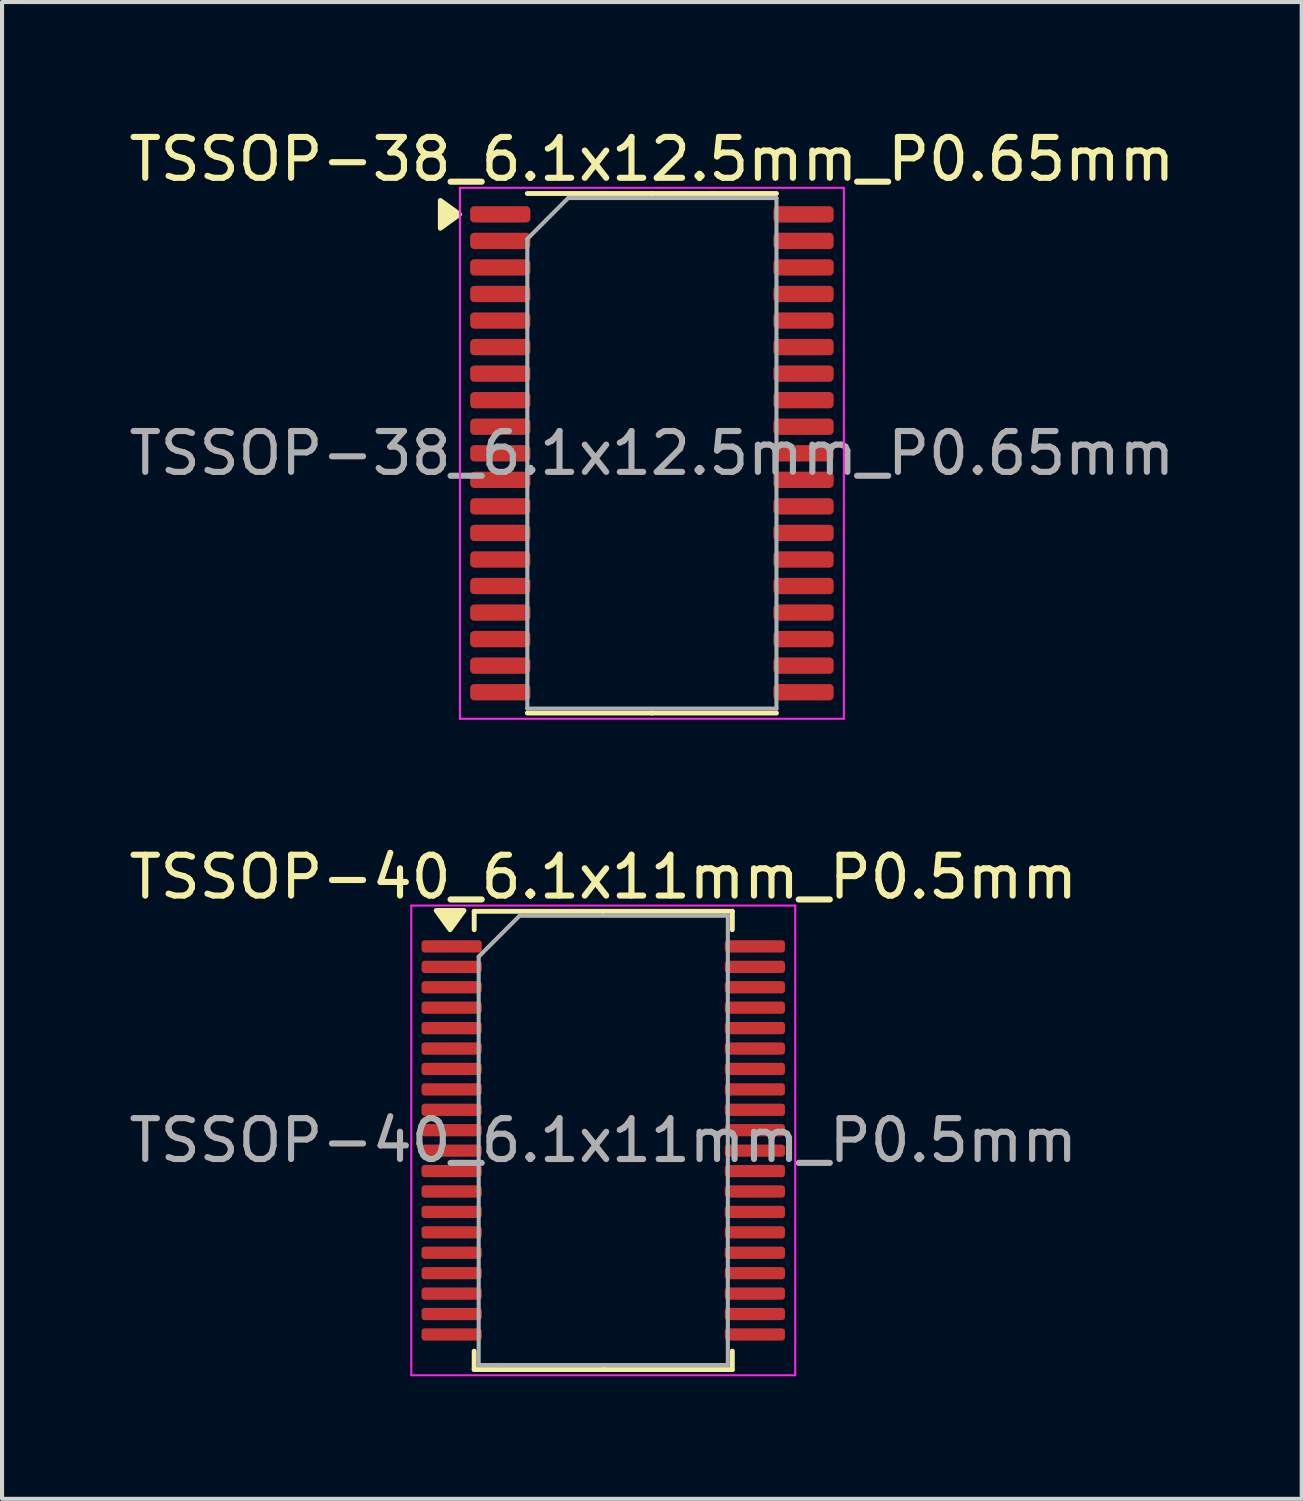
<source format=kicad_pcb>
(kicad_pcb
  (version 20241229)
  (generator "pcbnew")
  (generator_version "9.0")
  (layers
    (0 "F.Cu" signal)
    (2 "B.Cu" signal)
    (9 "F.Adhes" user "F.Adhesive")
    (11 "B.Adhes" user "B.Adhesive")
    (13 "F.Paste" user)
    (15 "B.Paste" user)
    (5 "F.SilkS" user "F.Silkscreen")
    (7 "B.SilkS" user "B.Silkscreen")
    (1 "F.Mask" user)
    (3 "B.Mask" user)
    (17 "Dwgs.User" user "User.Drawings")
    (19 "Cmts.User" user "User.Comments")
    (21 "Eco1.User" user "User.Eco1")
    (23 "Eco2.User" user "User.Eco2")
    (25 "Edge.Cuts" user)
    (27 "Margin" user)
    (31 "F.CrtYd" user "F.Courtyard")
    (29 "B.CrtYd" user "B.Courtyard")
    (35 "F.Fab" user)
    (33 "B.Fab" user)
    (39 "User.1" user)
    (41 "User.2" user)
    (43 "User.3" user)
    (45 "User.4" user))
  (footprint "TSSOP-40_6.1x11mm_P0.5mm"
    (layer "F.Cu")
    (at 11.72 24.872)
    (property "Reference" "TSSOP-40_6.1x11mm_P0.5mm" (at 0 -6.45 0) (layer "F.SilkS") (effects (font (size 1 1) (thickness 0.15))))
    (attr smd)
    (fp_line (start -3.16 -5.61) (end -3.16 -5.16) (stroke (width 0.12) (type solid)) (layer "F.SilkS"))
    (fp_line (start -3.16 5.61) (end -3.16 5.16) (stroke (width 0.12) (type solid)) (layer "F.SilkS"))
    (fp_line (start 0 -5.61) (end -3.16 -5.61) (stroke (width 0.12) (type solid)) (layer "F.SilkS"))
    (fp_line (start 0 -5.61) (end 3.16 -5.61) (stroke (width 0.12) (type solid)) (layer "F.SilkS"))
    (fp_line (start 0 5.61) (end -3.16 5.61) (stroke (width 0.12) (type solid)) (layer "F.SilkS"))
    (fp_line (start 0 5.61) (end 3.16 5.61) (stroke (width 0.12) (type solid)) (layer "F.SilkS"))
    (fp_line (start 3.16 -5.61) (end 3.16 -5.16) (stroke (width 0.12) (type solid)) (layer "F.SilkS"))
    (fp_line (start 3.16 5.61) (end 3.16 5.16) (stroke (width 0.12) (type solid)) (layer "F.SilkS"))
    (fp_poly (pts (xy -3.75 -5.16) (xy -4.09 -5.63) (xy -3.41 -5.63) (xy -3.75 -5.16)) (stroke (width 0.12) (type solid)) (fill yes) (layer "F.SilkS"))
    (fp_line (start -4.7 -5.75) (end -4.7 5.75) (stroke (width 0.05) (type solid)) (layer "F.CrtYd"))
    (fp_line (start -4.7 5.75) (end 4.7 5.75) (stroke (width 0.05) (type solid)) (layer "F.CrtYd"))
    (fp_line (start 4.7 -5.75) (end -4.7 -5.75) (stroke (width 0.05) (type solid)) (layer "F.CrtYd"))
    (fp_line (start 4.7 5.75) (end 4.7 -5.75) (stroke (width 0.05) (type solid)) (layer "F.CrtYd"))
    (fp_line (start -3.05 -4.5) (end -2.05 -5.5) (stroke (width 0.1) (type solid)) (layer "F.Fab"))
    (fp_line (start -3.05 5.5) (end -3.05 -4.5) (stroke (width 0.1) (type solid)) (layer "F.Fab"))
    (fp_line (start -2.05 -5.5) (end 3.05 -5.5) (stroke (width 0.1) (type solid)) (layer "F.Fab"))
    (fp_line (start 3.05 -5.5) (end 3.05 5.5) (stroke (width 0.1) (type solid)) (layer "F.Fab"))
    (fp_line (start 3.05 5.5) (end -3.05 5.5) (stroke (width 0.1) (type solid)) (layer "F.Fab"))
    (fp_text user "${REFERENCE}" (at 0 0 0) (layer "F.Fab") (effects (font (size 1 1) (thickness 0.15))))
    (pad "1" smd roundrect (at -3.712 -4.75) (size 1.475 0.3) (layers "F.Cu" "F.Mask" "F.Paste") (roundrect_rratio 0.25))
    (pad "2" smd roundrect (at -3.712 -4.25) (size 1.475 0.3) (layers "F.Cu" "F.Mask" "F.Paste") (roundrect_rratio 0.25))
    (pad "3" smd roundrect (at -3.712 -3.75) (size 1.475 0.3) (layers "F.Cu" "F.Mask" "F.Paste") (roundrect_rratio 0.25))
    (pad "4" smd roundrect (at -3.712 -3.25) (size 1.475 0.3) (layers "F.Cu" "F.Mask" "F.Paste") (roundrect_rratio 0.25))
    (pad "5" smd roundrect (at -3.712 -2.75) (size 1.475 0.3) (layers "F.Cu" "F.Mask" "F.Paste") (roundrect_rratio 0.25))
    (pad "6" smd roundrect (at -3.712 -2.25) (size 1.475 0.3) (layers "F.Cu" "F.Mask" "F.Paste") (roundrect_rratio 0.25))
    (pad "7" smd roundrect (at -3.712 -1.75) (size 1.475 0.3) (layers "F.Cu" "F.Mask" "F.Paste") (roundrect_rratio 0.25))
    (pad "8" smd roundrect (at -3.712 -1.25) (size 1.475 0.3) (layers "F.Cu" "F.Mask" "F.Paste") (roundrect_rratio 0.25))
    (pad "9" smd roundrect (at -3.712 -0.75) (size 1.475 0.3) (layers "F.Cu" "F.Mask" "F.Paste") (roundrect_rratio 0.25))
    (pad "10" smd roundrect (at -3.712 -0.25) (size 1.475 0.3) (layers "F.Cu" "F.Mask" "F.Paste") (roundrect_rratio 0.25))
    (pad "11" smd roundrect (at -3.712 0.25) (size 1.475 0.3) (layers "F.Cu" "F.Mask" "F.Paste") (roundrect_rratio 0.25))
    (pad "12" smd roundrect (at -3.712 0.75) (size 1.475 0.3) (layers "F.Cu" "F.Mask" "F.Paste") (roundrect_rratio 0.25))
    (pad "13" smd roundrect (at -3.712 1.25) (size 1.475 0.3) (layers "F.Cu" "F.Mask" "F.Paste") (roundrect_rratio 0.25))
    (pad "14" smd roundrect (at -3.712 1.75) (size 1.475 0.3) (layers "F.Cu" "F.Mask" "F.Paste") (roundrect_rratio 0.25))
    (pad "15" smd roundrect (at -3.712 2.25) (size 1.475 0.3) (layers "F.Cu" "F.Mask" "F.Paste") (roundrect_rratio 0.25))
    (pad "16" smd roundrect (at -3.712 2.75) (size 1.475 0.3) (layers "F.Cu" "F.Mask" "F.Paste") (roundrect_rratio 0.25))
    (pad "17" smd roundrect (at -3.712 3.25) (size 1.475 0.3) (layers "F.Cu" "F.Mask" "F.Paste") (roundrect_rratio 0.25))
    (pad "18" smd roundrect (at -3.712 3.75) (size 1.475 0.3) (layers "F.Cu" "F.Mask" "F.Paste") (roundrect_rratio 0.25))
    (pad "19" smd roundrect (at -3.712 4.25) (size 1.475 0.3) (layers "F.Cu" "F.Mask" "F.Paste") (roundrect_rratio 0.25))
    (pad "20" smd roundrect (at -3.712 4.75) (size 1.475 0.3) (layers "F.Cu" "F.Mask" "F.Paste") (roundrect_rratio 0.25))
    (pad "21" smd roundrect (at 3.712 4.75) (size 1.475 0.3) (layers "F.Cu" "F.Mask" "F.Paste") (roundrect_rratio 0.25))
    (pad "22" smd roundrect (at 3.712 4.25) (size 1.475 0.3) (layers "F.Cu" "F.Mask" "F.Paste") (roundrect_rratio 0.25))
    (pad "23" smd roundrect (at 3.712 3.75) (size 1.475 0.3) (layers "F.Cu" "F.Mask" "F.Paste") (roundrect_rratio 0.25))
    (pad "24" smd roundrect (at 3.712 3.25) (size 1.475 0.3) (layers "F.Cu" "F.Mask" "F.Paste") (roundrect_rratio 0.25))
    (pad "25" smd roundrect (at 3.712 2.75) (size 1.475 0.3) (layers "F.Cu" "F.Mask" "F.Paste") (roundrect_rratio 0.25))
    (pad "26" smd roundrect (at 3.712 2.25) (size 1.475 0.3) (layers "F.Cu" "F.Mask" "F.Paste") (roundrect_rratio 0.25))
    (pad "27" smd roundrect (at 3.712 1.75) (size 1.475 0.3) (layers "F.Cu" "F.Mask" "F.Paste") (roundrect_rratio 0.25))
    (pad "28" smd roundrect (at 3.712 1.25) (size 1.475 0.3) (layers "F.Cu" "F.Mask" "F.Paste") (roundrect_rratio 0.25))
    (pad "29" smd roundrect (at 3.712 0.75) (size 1.475 0.3) (layers "F.Cu" "F.Mask" "F.Paste") (roundrect_rratio 0.25))
    (pad "30" smd roundrect (at 3.712 0.25) (size 1.475 0.3) (layers "F.Cu" "F.Mask" "F.Paste") (roundrect_rratio 0.25))
    (pad "31" smd roundrect (at 3.712 -0.25) (size 1.475 0.3) (layers "F.Cu" "F.Mask" "F.Paste") (roundrect_rratio 0.25))
    (pad "32" smd roundrect (at 3.712 -0.75) (size 1.475 0.3) (layers "F.Cu" "F.Mask" "F.Paste") (roundrect_rratio 0.25))
    (pad "33" smd roundrect (at 3.712 -1.25) (size 1.475 0.3) (layers "F.Cu" "F.Mask" "F.Paste") (roundrect_rratio 0.25))
    (pad "34" smd roundrect (at 3.712 -1.75) (size 1.475 0.3) (layers "F.Cu" "F.Mask" "F.Paste") (roundrect_rratio 0.25))
    (pad "35" smd roundrect (at 3.712 -2.25) (size 1.475 0.3) (layers "F.Cu" "F.Mask" "F.Paste") (roundrect_rratio 0.25))
    (pad "36" smd roundrect (at 3.712 -2.75) (size 1.475 0.3) (layers "F.Cu" "F.Mask" "F.Paste") (roundrect_rratio 0.25))
    (pad "37" smd roundrect (at 3.712 -3.25) (size 1.475 0.3) (layers "F.Cu" "F.Mask" "F.Paste") (roundrect_rratio 0.25))
    (pad "38" smd roundrect (at 3.712 -3.75) (size 1.475 0.3) (layers "F.Cu" "F.Mask" "F.Paste") (roundrect_rratio 0.25))
    (pad "39" smd roundrect (at 3.712 -4.25) (size 1.475 0.3) (layers "F.Cu" "F.Mask" "F.Paste") (roundrect_rratio 0.25))
    (pad "40" smd roundrect (at 3.712 -4.75) (size 1.475 0.3) (layers "F.Cu" "F.Mask" "F.Paste") (roundrect_rratio 0.25)))
  (footprint "TSSOP-38_6.1x12.5mm_P0.65mm"
    (layer "F.Cu")
    (at 12.911 8.048)
    (property "Reference" "TSSOP-38_6.1x12.5mm_P0.65mm" (at 0 -7.2 0) (layer "F.SilkS") (effects (font (size 1 1) (thickness 0.15))))
    (attr smd)
    (fp_line (start 0 -6.36) (end -3.05 -6.36) (stroke (width 0.12) (type solid)) (layer "F.SilkS"))
    (fp_line (start 0 -6.36) (end 3.05 -6.36) (stroke (width 0.12) (type solid)) (layer "F.SilkS"))
    (fp_line (start 0 6.36) (end -3.05 6.36) (stroke (width 0.12) (type solid)) (layer "F.SilkS"))
    (fp_line (start 0 6.36) (end 3.05 6.36) (stroke (width 0.12) (type solid)) (layer "F.SilkS"))
    (fp_poly (pts (xy -4.71 -5.85) (xy -5.18 -6.19) (xy -5.18 -5.51) (xy -4.71 -5.85)) (stroke (width 0.12) (type solid)) (fill yes) (layer "F.SilkS"))
    (fp_line (start -4.7 -6.5) (end -4.7 6.5) (stroke (width 0.05) (type solid)) (layer "F.CrtYd"))
    (fp_line (start -4.7 6.5) (end 4.7 6.5) (stroke (width 0.05) (type solid)) (layer "F.CrtYd"))
    (fp_line (start 4.7 -6.5) (end -4.7 -6.5) (stroke (width 0.05) (type solid)) (layer "F.CrtYd"))
    (fp_line (start 4.7 6.5) (end 4.7 -6.5) (stroke (width 0.05) (type solid)) (layer "F.CrtYd"))
    (fp_line (start -3.05 -5.25) (end -2.05 -6.25) (stroke (width 0.1) (type solid)) (layer "F.Fab"))
    (fp_line (start -3.05 6.25) (end -3.05 -5.25) (stroke (width 0.1) (type solid)) (layer "F.Fab"))
    (fp_line (start -2.05 -6.25) (end 3.05 -6.25) (stroke (width 0.1) (type solid)) (layer "F.Fab"))
    (fp_line (start 3.05 -6.25) (end 3.05 6.25) (stroke (width 0.1) (type solid)) (layer "F.Fab"))
    (fp_line (start 3.05 6.25) (end -3.05 6.25) (stroke (width 0.1) (type solid)) (layer "F.Fab"))
    (fp_text user "${REFERENCE}" (at 0 0 0) (layer "F.Fab") (effects (font (size 1 1) (thickness 0.15))))
    (pad "1" smd roundrect (at -3.712 -5.85) (size 1.475 0.4) (layers "F.Cu" "F.Mask" "F.Paste") (roundrect_rratio 0.25))
    (pad "2" smd roundrect (at -3.712 -5.2) (size 1.475 0.4) (layers "F.Cu" "F.Mask" "F.Paste") (roundrect_rratio 0.25))
    (pad "3" smd roundrect (at -3.712 -4.55) (size 1.475 0.4) (layers "F.Cu" "F.Mask" "F.Paste") (roundrect_rratio 0.25))
    (pad "4" smd roundrect (at -3.712 -3.9) (size 1.475 0.4) (layers "F.Cu" "F.Mask" "F.Paste") (roundrect_rratio 0.25))
    (pad "5" smd roundrect (at -3.712 -3.25) (size 1.475 0.4) (layers "F.Cu" "F.Mask" "F.Paste") (roundrect_rratio 0.25))
    (pad "6" smd roundrect (at -3.712 -2.6) (size 1.475 0.4) (layers "F.Cu" "F.Mask" "F.Paste") (roundrect_rratio 0.25))
    (pad "7" smd roundrect (at -3.712 -1.95) (size 1.475 0.4) (layers "F.Cu" "F.Mask" "F.Paste") (roundrect_rratio 0.25))
    (pad "8" smd roundrect (at -3.712 -1.3) (size 1.475 0.4) (layers "F.Cu" "F.Mask" "F.Paste") (roundrect_rratio 0.25))
    (pad "9" smd roundrect (at -3.712 -0.65) (size 1.475 0.4) (layers "F.Cu" "F.Mask" "F.Paste") (roundrect_rratio 0.25))
    (pad "10" smd roundrect (at -3.712 0) (size 1.475 0.4) (layers "F.Cu" "F.Mask" "F.Paste") (roundrect_rratio 0.25))
    (pad "11" smd roundrect (at -3.712 0.65) (size 1.475 0.4) (layers "F.Cu" "F.Mask" "F.Paste") (roundrect_rratio 0.25))
    (pad "12" smd roundrect (at -3.712 1.3) (size 1.475 0.4) (layers "F.Cu" "F.Mask" "F.Paste") (roundrect_rratio 0.25))
    (pad "13" smd roundrect (at -3.712 1.95) (size 1.475 0.4) (layers "F.Cu" "F.Mask" "F.Paste") (roundrect_rratio 0.25))
    (pad "14" smd roundrect (at -3.712 2.6) (size 1.475 0.4) (layers "F.Cu" "F.Mask" "F.Paste") (roundrect_rratio 0.25))
    (pad "15" smd roundrect (at -3.712 3.25) (size 1.475 0.4) (layers "F.Cu" "F.Mask" "F.Paste") (roundrect_rratio 0.25))
    (pad "16" smd roundrect (at -3.712 3.9) (size 1.475 0.4) (layers "F.Cu" "F.Mask" "F.Paste") (roundrect_rratio 0.25))
    (pad "17" smd roundrect (at -3.712 4.55) (size 1.475 0.4) (layers "F.Cu" "F.Mask" "F.Paste") (roundrect_rratio 0.25))
    (pad "18" smd roundrect (at -3.712 5.2) (size 1.475 0.4) (layers "F.Cu" "F.Mask" "F.Paste") (roundrect_rratio 0.25))
    (pad "19" smd roundrect (at -3.712 5.85) (size 1.475 0.4) (layers "F.Cu" "F.Mask" "F.Paste") (roundrect_rratio 0.25))
    (pad "20" smd roundrect (at 3.712 5.85) (size 1.475 0.4) (layers "F.Cu" "F.Mask" "F.Paste") (roundrect_rratio 0.25))
    (pad "21" smd roundrect (at 3.712 5.2) (size 1.475 0.4) (layers "F.Cu" "F.Mask" "F.Paste") (roundrect_rratio 0.25))
    (pad "22" smd roundrect (at 3.712 4.55) (size 1.475 0.4) (layers "F.Cu" "F.Mask" "F.Paste") (roundrect_rratio 0.25))
    (pad "23" smd roundrect (at 3.712 3.9) (size 1.475 0.4) (layers "F.Cu" "F.Mask" "F.Paste") (roundrect_rratio 0.25))
    (pad "24" smd roundrect (at 3.712 3.25) (size 1.475 0.4) (layers "F.Cu" "F.Mask" "F.Paste") (roundrect_rratio 0.25))
    (pad "25" smd roundrect (at 3.712 2.6) (size 1.475 0.4) (layers "F.Cu" "F.Mask" "F.Paste") (roundrect_rratio 0.25))
    (pad "26" smd roundrect (at 3.712 1.95) (size 1.475 0.4) (layers "F.Cu" "F.Mask" "F.Paste") (roundrect_rratio 0.25))
    (pad "27" smd roundrect (at 3.712 1.3) (size 1.475 0.4) (layers "F.Cu" "F.Mask" "F.Paste") (roundrect_rratio 0.25))
    (pad "28" smd roundrect (at 3.712 0.65) (size 1.475 0.4) (layers "F.Cu" "F.Mask" "F.Paste") (roundrect_rratio 0.25))
    (pad "29" smd roundrect (at 3.712 0) (size 1.475 0.4) (layers "F.Cu" "F.Mask" "F.Paste") (roundrect_rratio 0.25))
    (pad "30" smd roundrect (at 3.712 -0.65) (size 1.475 0.4) (layers "F.Cu" "F.Mask" "F.Paste") (roundrect_rratio 0.25))
    (pad "31" smd roundrect (at 3.712 -1.3) (size 1.475 0.4) (layers "F.Cu" "F.Mask" "F.Paste") (roundrect_rratio 0.25))
    (pad "32" smd roundrect (at 3.712 -1.95) (size 1.475 0.4) (layers "F.Cu" "F.Mask" "F.Paste") (roundrect_rratio 0.25))
    (pad "33" smd roundrect (at 3.712 -2.6) (size 1.475 0.4) (layers "F.Cu" "F.Mask" "F.Paste") (roundrect_rratio 0.25))
    (pad "34" smd roundrect (at 3.712 -3.25) (size 1.475 0.4) (layers "F.Cu" "F.Mask" "F.Paste") (roundrect_rratio 0.25))
    (pad "35" smd roundrect (at 3.712 -3.9) (size 1.475 0.4) (layers "F.Cu" "F.Mask" "F.Paste") (roundrect_rratio 0.25))
    (pad "36" smd roundrect (at 3.712 -4.55) (size 1.475 0.4) (layers "F.Cu" "F.Mask" "F.Paste") (roundrect_rratio 0.25))
    (pad "37" smd roundrect (at 3.712 -5.2) (size 1.475 0.4) (layers "F.Cu" "F.Mask" "F.Paste") (roundrect_rratio 0.25))
    (pad "38" smd roundrect (at 3.712 -5.85) (size 1.475 0.4) (layers "F.Cu" "F.Mask" "F.Paste") (roundrect_rratio 0.25)))
  (gr_rect
    (start -3 -3)
    (end 28.821 33.647)
    (stroke (width 0.1) (type default))
    (fill no)
    (layer "Edge.Cuts")))
</source>
